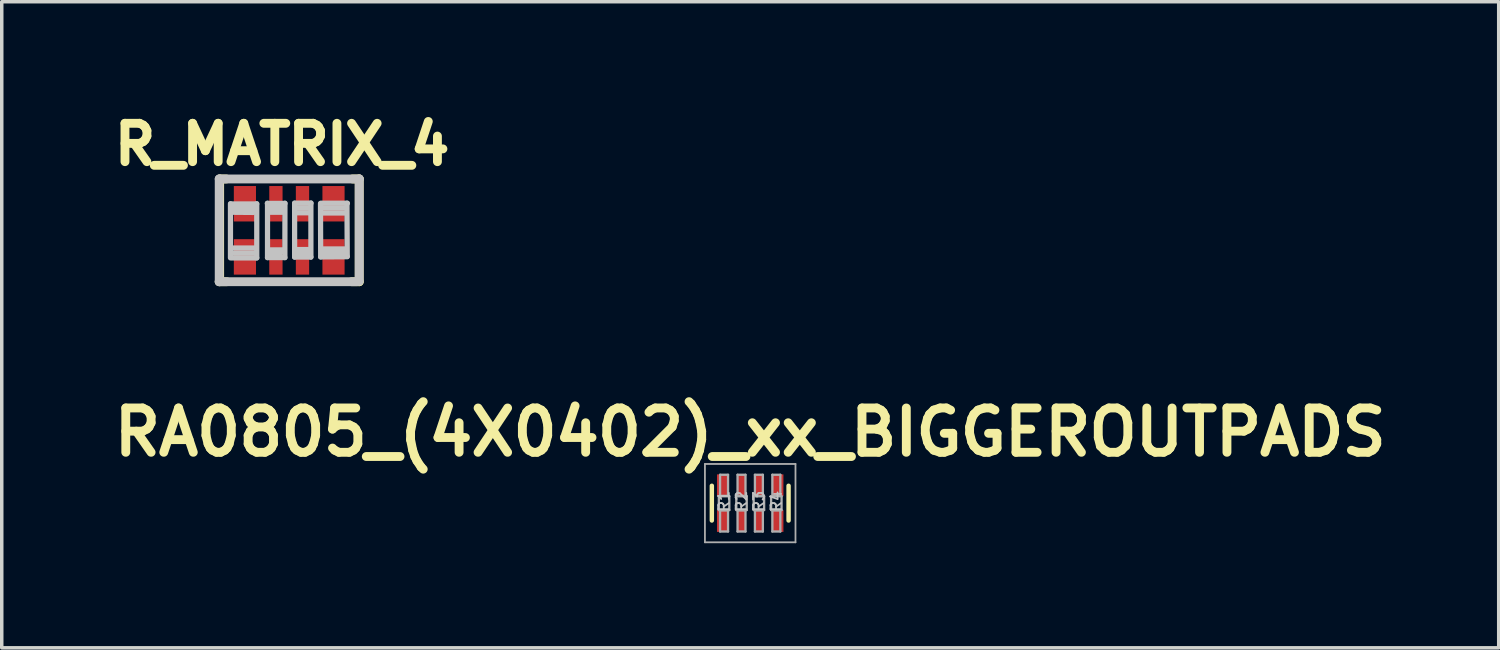
<source format=kicad_pcb>
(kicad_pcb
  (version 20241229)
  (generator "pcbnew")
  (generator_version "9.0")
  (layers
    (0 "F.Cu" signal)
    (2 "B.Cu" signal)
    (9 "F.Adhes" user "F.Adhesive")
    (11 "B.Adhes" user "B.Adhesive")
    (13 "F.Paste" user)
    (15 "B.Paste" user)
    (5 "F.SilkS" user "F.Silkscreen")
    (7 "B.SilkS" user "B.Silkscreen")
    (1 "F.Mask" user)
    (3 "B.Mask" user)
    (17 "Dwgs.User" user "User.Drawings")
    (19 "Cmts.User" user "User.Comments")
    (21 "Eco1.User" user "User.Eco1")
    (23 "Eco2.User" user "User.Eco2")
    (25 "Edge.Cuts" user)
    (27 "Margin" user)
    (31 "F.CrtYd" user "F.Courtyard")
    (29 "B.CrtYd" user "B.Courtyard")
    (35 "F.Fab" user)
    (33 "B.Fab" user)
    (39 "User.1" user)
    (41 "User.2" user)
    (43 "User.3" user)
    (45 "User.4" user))
  (footprint "R_MATRIX_4"
    (layer "F.Cu")
    (at 5.241 3.553)
    (property "Reference" "R_MATRIX_4" (at -0.203 -2.464 0) (layer "F.SilkS") (effects (font (size 1.1 1.1) (thickness 0.254))))
    (attr smd)
    (fp_line (start -2.007 1.473) (end -1.791 1.473) (stroke (width 0.254) (type solid)) (layer "F.SilkS"))
    (fp_line (start -1.994 -1.473) (end -1.994 1.473) (stroke (width 0.254) (type solid)) (layer "F.SilkS"))
    (fp_line (start -1.981 -1.473) (end -1.803 -1.473) (stroke (width 0.254) (type solid)) (layer "F.SilkS"))
    (fp_line (start 1.816 -1.473) (end 2.007 -1.473) (stroke (width 0.254) (type solid)) (layer "F.SilkS"))
    (fp_line (start 2.007 -1.473) (end 2.007 1.473) (stroke (width 0.254) (type solid)) (layer "F.SilkS"))
    (fp_line (start 2.007 1.473) (end 1.791 1.473) (stroke (width 0.254) (type solid)) (layer "F.SilkS"))
    (fp_line (start -2.007 -1.473) (end -2.007 1.473) (stroke (width 0.254) (type solid)) (layer "Dwgs.User"))
    (fp_line (start -2.007 -1.473) (end 2.007 -1.473) (stroke (width 0.254) (type solid)) (layer "Dwgs.User"))
    (fp_line (start -2.007 1.473) (end 1.943 1.473) (stroke (width 0.254) (type solid)) (layer "Dwgs.User"))
    (fp_line (start -1.684 -0.762) (end -1.684 0.79) (stroke (width 0.15) (type solid)) (layer "Dwgs.User"))
    (fp_line (start -1.679 -0.757) (end -0.932 -0.757) (stroke (width 0.15) (type solid)) (layer "Dwgs.User"))
    (fp_line (start -1.643 -0.518) (end -1.029 -0.513) (stroke (width 0.15) (type solid)) (layer "Dwgs.User"))
    (fp_line (start -1.615 0.655) (end -1.008 0.653) (stroke (width 0.15) (type solid)) (layer "Dwgs.User"))
    (fp_line (start -0.98 0.508) (end -1.618 0.508) (stroke (width 0.15) (type solid)) (layer "Dwgs.User"))
    (fp_line (start -0.94 -0.622) (end -1.638 -0.622) (stroke (width 0.15) (type solid)) (layer "Dwgs.User"))
    (fp_line (start -0.93 -0.762) (end -0.93 0.79) (stroke (width 0.15) (type solid)) (layer "Dwgs.User"))
    (fp_line (start -0.93 0.79) (end -1.638 0.79) (stroke (width 0.15) (type solid)) (layer "Dwgs.User"))
    (fp_line (start -0.627 -0.772) (end -0.122 -0.772) (stroke (width 0.15) (type solid)) (layer "Dwgs.User"))
    (fp_line (start -0.622 0.782) (end -0.622 -0.777) (stroke (width 0.15) (type solid)) (layer "Dwgs.User"))
    (fp_line (start -0.602 -0.632) (end -0.213 -0.63) (stroke (width 0.15) (type solid)) (layer "Dwgs.User"))
    (fp_line (start -0.589 0.561) (end -0.18 0.561) (stroke (width 0.15) (type solid)) (layer "Dwgs.User"))
    (fp_line (start -0.582 -0.518) (end -0.185 -0.518) (stroke (width 0.15) (type solid)) (layer "Dwgs.User"))
    (fp_line (start -0.582 0.645) (end -0.239 0.645) (stroke (width 0.15) (type solid)) (layer "Dwgs.User"))
    (fp_line (start -0.124 0.782) (end -0.622 0.782) (stroke (width 0.15) (type solid)) (layer "Dwgs.User"))
    (fp_line (start -0.122 -0.777) (end -0.124 0.782) (stroke (width 0.15) (type solid)) (layer "Dwgs.User"))
    (fp_line (start 0.155 -0.78) (end 0.625 -0.78) (stroke (width 0.15) (type solid)) (layer "Dwgs.User"))
    (fp_line (start 0.155 0.767) (end 0.155 -0.777) (stroke (width 0.15) (type solid)) (layer "Dwgs.User"))
    (fp_line (start 0.163 -0.503) (end 0.594 -0.503) (stroke (width 0.15) (type solid)) (layer "Dwgs.User"))
    (fp_line (start 0.165 0.551) (end 0.584 0.551) (stroke (width 0.15) (type solid)) (layer "Dwgs.User"))
    (fp_line (start 0.175 0.66) (end 0.554 0.663) (stroke (width 0.15) (type solid)) (layer "Dwgs.User"))
    (fp_line (start 0.185 -0.645) (end 0.551 -0.645) (stroke (width 0.15) (type solid)) (layer "Dwgs.User"))
    (fp_line (start 0.622 -0.782) (end 0.622 0.767) (stroke (width 0.15) (type solid)) (layer "Dwgs.User"))
    (fp_line (start 0.622 0.767) (end 0.155 0.767) (stroke (width 0.15) (type solid)) (layer "Dwgs.User"))
    (fp_line (start 0.902 0.762) (end 0.897 -0.767) (stroke (width 0.15) (type solid)) (layer "Dwgs.User"))
    (fp_line (start 0.907 -0.777) (end 1.669 -0.777) (stroke (width 0.15) (type solid)) (layer "Dwgs.User"))
    (fp_line (start 0.953 0.533) (end 1.608 0.533) (stroke (width 0.15) (type solid)) (layer "Dwgs.User"))
    (fp_line (start 0.958 -0.498) (end 1.6 -0.498) (stroke (width 0.15) (type solid)) (layer "Dwgs.User"))
    (fp_line (start 0.993 -0.64) (end 1.575 -0.64) (stroke (width 0.15) (type solid)) (layer "Dwgs.User"))
    (fp_line (start 1.638 0.648) (end 1.008 0.655) (stroke (width 0.15) (type solid)) (layer "Dwgs.User"))
    (fp_line (start 1.656 -0.777) (end 1.664 0.742) (stroke (width 0.15) (type solid)) (layer "Dwgs.User"))
    (fp_line (start 1.664 0.757) (end 0.902 0.762) (stroke (width 0.15) (type solid)) (layer "Dwgs.User"))
    (fp_line (start 2.007 -1.473) (end 2.007 1.46) (stroke (width 0.254) (type solid)) (layer "Dwgs.User"))
    (pad "1.1" smd rect (at -1.27 0.762) (size 0.635 1.016) (layers "F.Cu" "F.Mask" "F.Paste"))
    (pad "1.2" smd rect (at -1.27 -0.762) (size 0.635 1.016) (layers "F.Cu" "F.Mask" "F.Paste"))
    (pad "2.1" smd rect (at -0.381 0.762) (size 0.381 1.016) (layers "F.Cu" "F.Mask" "F.Paste"))
    (pad "2.2" smd rect (at -0.381 -0.762) (size 0.381 1.016) (layers "F.Cu" "F.Mask" "F.Paste"))
    (pad "3.1" smd rect (at 0.381 0.762) (size 0.381 1.016) (layers "F.Cu" "F.Mask" "F.Paste"))
    (pad "3.2" smd rect (at 0.381 -0.762) (size 0.381 1.016) (layers "F.Cu" "F.Mask" "F.Paste"))
    (pad "4.1" smd rect (at 1.27 0.762) (size 0.635 1.016) (layers "F.Cu" "F.Mask" "F.Paste"))
    (pad "4.2" smd rect (at 1.27 -0.762) (size 0.635 1.016) (layers "F.Cu" "F.Mask" "F.Paste")))
  (footprint "RA0805_(4X0402)_xx_BIGGEROUTPADS"
    (layer "F.Cu")
    (at 18.457 11.374)
    (property "Reference" "RA0805_(4X0402)_xx_BIGGEROUTPADS" (at 0 -2.032 0) (layer "F.SilkS") (effects (font (size 1.27 1.27) (thickness 0.254))))
    (attr smd)
    (fp_line (start -1.1 -0.498) (end -1.1 0.498) (stroke (width 0.127) (type solid)) (layer "F.SilkS"))
    (fp_line (start 1.1 0.498) (end 1.1 -0.498) (stroke (width 0.127) (type solid)) (layer "F.SilkS"))
    (fp_line (start -1.298 -1.123) (end 1.298 -1.123) (stroke (width 0.051) (type solid)) (layer "F.Fab"))
    (fp_line (start -1.298 1.123) (end -1.298 -1.123) (stroke (width 0.051) (type solid)) (layer "F.Fab"))
    (fp_line (start -0.899 -0.198) (end -0.599 -0.198) (stroke (width 0.066) (type solid)) (layer "F.Fab"))
    (fp_line (start -0.899 0.198) (end -0.899 -0.198) (stroke (width 0.066) (type solid)) (layer "F.Fab"))
    (fp_line (start -0.899 0.198) (end -0.599 0.198) (stroke (width 0.066) (type solid)) (layer "F.Fab"))
    (fp_line (start -0.864 -0.813) (end -0.635 -0.813) (stroke (width 0.066) (type solid)) (layer "F.Fab"))
    (fp_line (start -0.864 -0.208) (end -0.864 -0.813) (stroke (width 0.066) (type solid)) (layer "F.Fab"))
    (fp_line (start -0.864 -0.208) (end -0.635 -0.208) (stroke (width 0.066) (type solid)) (layer "F.Fab"))
    (fp_line (start -0.864 0.208) (end -0.635 0.208) (stroke (width 0.066) (type solid)) (layer "F.Fab"))
    (fp_line (start -0.864 0.813) (end -0.864 0.208) (stroke (width 0.066) (type solid)) (layer "F.Fab"))
    (fp_line (start -0.864 0.813) (end -0.635 0.813) (stroke (width 0.066) (type solid)) (layer "F.Fab"))
    (fp_line (start -0.635 -0.208) (end -0.635 -0.813) (stroke (width 0.066) (type solid)) (layer "F.Fab"))
    (fp_line (start -0.635 0.813) (end -0.635 0.208) (stroke (width 0.066) (type solid)) (layer "F.Fab"))
    (fp_line (start -0.599 0.198) (end -0.599 -0.198) (stroke (width 0.066) (type solid)) (layer "F.Fab"))
    (fp_line (start -0.399 -0.198) (end -0.099 -0.198) (stroke (width 0.066) (type solid)) (layer "F.Fab"))
    (fp_line (start -0.399 0.198) (end -0.399 -0.198) (stroke (width 0.066) (type solid)) (layer "F.Fab"))
    (fp_line (start -0.399 0.198) (end -0.099 0.198) (stroke (width 0.066) (type solid)) (layer "F.Fab"))
    (fp_line (start -0.363 -0.813) (end -0.135 -0.813) (stroke (width 0.066) (type solid)) (layer "F.Fab"))
    (fp_line (start -0.363 -0.208) (end -0.363 -0.813) (stroke (width 0.066) (type solid)) (layer "F.Fab"))
    (fp_line (start -0.363 -0.208) (end -0.135 -0.208) (stroke (width 0.066) (type solid)) (layer "F.Fab"))
    (fp_line (start -0.363 0.208) (end -0.135 0.208) (stroke (width 0.066) (type solid)) (layer "F.Fab"))
    (fp_line (start -0.363 0.813) (end -0.363 0.208) (stroke (width 0.066) (type solid)) (layer "F.Fab"))
    (fp_line (start -0.363 0.813) (end -0.135 0.813) (stroke (width 0.066) (type solid)) (layer "F.Fab"))
    (fp_line (start -0.135 -0.208) (end -0.135 -0.813) (stroke (width 0.066) (type solid)) (layer "F.Fab"))
    (fp_line (start -0.135 0.813) (end -0.135 0.208) (stroke (width 0.066) (type solid)) (layer "F.Fab"))
    (fp_line (start -0.099 0.198) (end -0.099 -0.198) (stroke (width 0.066) (type solid)) (layer "F.Fab"))
    (fp_line (start 0.099 -0.198) (end 0.399 -0.198) (stroke (width 0.066) (type solid)) (layer "F.Fab"))
    (fp_line (start 0.099 0.198) (end 0.099 -0.198) (stroke (width 0.066) (type solid)) (layer "F.Fab"))
    (fp_line (start 0.099 0.198) (end 0.399 0.198) (stroke (width 0.066) (type solid)) (layer "F.Fab"))
    (fp_line (start 0.135 -0.813) (end 0.363 -0.813) (stroke (width 0.066) (type solid)) (layer "F.Fab"))
    (fp_line (start 0.135 -0.208) (end 0.135 -0.813) (stroke (width 0.066) (type solid)) (layer "F.Fab"))
    (fp_line (start 0.135 -0.208) (end 0.363 -0.208) (stroke (width 0.066) (type solid)) (layer "F.Fab"))
    (fp_line (start 0.135 0.208) (end 0.363 0.208) (stroke (width 0.066) (type solid)) (layer "F.Fab"))
    (fp_line (start 0.135 0.813) (end 0.135 0.208) (stroke (width 0.066) (type solid)) (layer "F.Fab"))
    (fp_line (start 0.135 0.813) (end 0.363 0.813) (stroke (width 0.066) (type solid)) (layer "F.Fab"))
    (fp_line (start 0.363 -0.208) (end 0.363 -0.813) (stroke (width 0.066) (type solid)) (layer "F.Fab"))
    (fp_line (start 0.363 0.813) (end 0.363 0.208) (stroke (width 0.066) (type solid)) (layer "F.Fab"))
    (fp_line (start 0.399 0.198) (end 0.399 -0.198) (stroke (width 0.066) (type solid)) (layer "F.Fab"))
    (fp_line (start 0.599 -0.198) (end 0.899 -0.198) (stroke (width 0.066) (type solid)) (layer "F.Fab"))
    (fp_line (start 0.599 0.198) (end 0.599 -0.198) (stroke (width 0.066) (type solid)) (layer "F.Fab"))
    (fp_line (start 0.599 0.198) (end 0.899 0.198) (stroke (width 0.066) (type solid)) (layer "F.Fab"))
    (fp_line (start 0.635 -0.813) (end 0.864 -0.813) (stroke (width 0.066) (type solid)) (layer "F.Fab"))
    (fp_line (start 0.635 -0.208) (end 0.635 -0.813) (stroke (width 0.066) (type solid)) (layer "F.Fab"))
    (fp_line (start 0.635 -0.208) (end 0.864 -0.208) (stroke (width 0.066) (type solid)) (layer "F.Fab"))
    (fp_line (start 0.635 0.208) (end 0.864 0.208) (stroke (width 0.066) (type solid)) (layer "F.Fab"))
    (fp_line (start 0.635 0.813) (end 0.635 0.208) (stroke (width 0.066) (type solid)) (layer "F.Fab"))
    (fp_line (start 0.635 0.813) (end 0.864 0.813) (stroke (width 0.066) (type solid)) (layer "F.Fab"))
    (fp_line (start 0.864 -0.208) (end 0.864 -0.813) (stroke (width 0.066) (type solid)) (layer "F.Fab"))
    (fp_line (start 0.864 0.813) (end 0.864 0.208) (stroke (width 0.066) (type solid)) (layer "F.Fab"))
    (fp_line (start 0.899 0.198) (end 0.899 -0.198) (stroke (width 0.066) (type solid)) (layer "F.Fab"))
    (fp_line (start 1.298 -1.123) (end 1.298 1.123) (stroke (width 0.051) (type solid)) (layer "F.Fab"))
    (fp_line (start 1.298 1.123) (end -1.298 1.123) (stroke (width 0.051) (type solid)) (layer "F.Fab"))
    (fp_text user "R3" (at 0.246 -0.053 90) (layer "Dwgs.User") (effects (font (size 0.305 0.305) (thickness 0.051))))
    (fp_text user "R2" (at -0.251 -0.053 90) (layer "Dwgs.User") (effects (font (size 0.305 0.305) (thickness 0.051))))
    (fp_text user "R1" (at -0.752 -0.053 90) (layer "Dwgs.User") (effects (font (size 0.305 0.305) (thickness 0.051))))
    (fp_text user "R4" (at 0.747 -0.053 90) (layer "Dwgs.User") (effects (font (size 0.305 0.305) (thickness 0.051))))
    (pad "1.1" smd rect (at -0.79 0.512 90) (size 0.625 0.325) (layers "F.Cu" "F.Mask" "F.Paste"))
    (pad "1.2" smd rect (at -0.79 -0.512 90) (size 0.625 0.325) (layers "F.Cu" "F.Mask" "F.Paste"))
    (pad "2.1" smd rect (at -0.25 0.512 90) (size 0.625 0.25) (layers "F.Cu" "F.Mask" "F.Paste"))
    (pad "2.2" smd rect (at -0.25 -0.512 90) (size 0.625 0.25) (layers "F.Cu" "F.Mask" "F.Paste"))
    (pad "3.1" smd rect (at 0.25 0.512 270) (size 0.625 0.25) (layers "F.Cu" "F.Mask" "F.Paste"))
    (pad "3.2" smd rect (at 0.25 -0.512 270) (size 0.625 0.25) (layers "F.Cu" "F.Mask" "F.Paste"))
    (pad "4.1" smd rect (at 0.79 0.512 270) (size 0.625 0.325) (layers "F.Cu" "F.Mask" "F.Paste"))
    (pad "4.2" smd rect (at 0.79 -0.512 270) (size 0.625 0.325) (layers "F.Cu" "F.Mask" "F.Paste")))
  (gr_rect
    (start -3 -3)
    (end 39.915 15.522)
    (stroke (width 0.1) (type default))
    (fill no)
    (layer "Edge.Cuts")))
</source>
